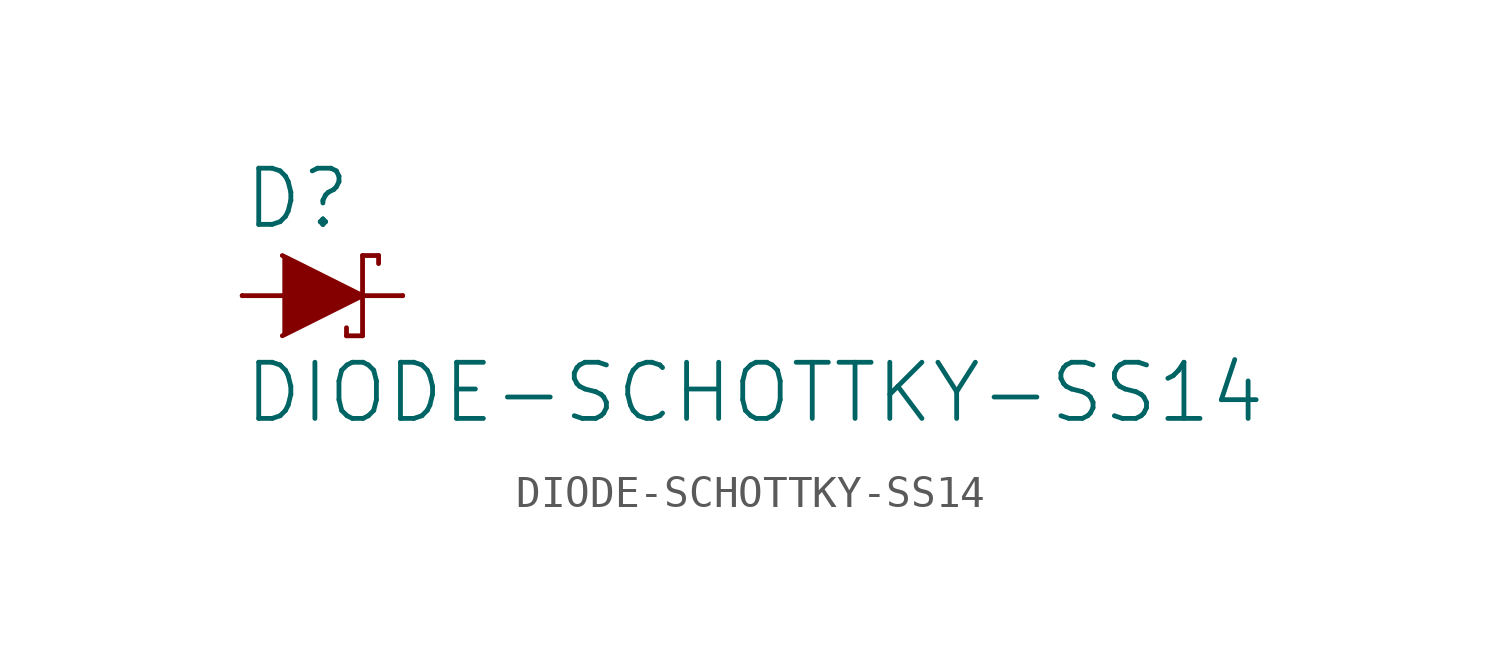
<source format=kicad_sym>
(kicad_symbol_lib
  (version 20220331)
  (generator kicad_symbol_editor)
  (symbol "DIODE-SCHOTTKY-SS14"
    (property "Reference" "D"
      (at -2.54 2.032 0)
      (effects (font (size 1.778 1.778)) (justify left bottom)))
    (property "Value" "DIODE-SCHOTTKY-SS14"
      (at -2.54 -2.032 0)
      (effects (font (size 1.778 1.778)) (justify left top)))
    (property "ki_locked" ""
      (at 0 0 0)
      (effects (font (size 1.27 1.27))))
    (symbol "DIODE-SCHOTTKY-SS14_1_0"
      (polyline (pts (xy -2.54 0) (xy -1.27 0)) (stroke (width 0.152) (type solid)) (fill (type none)))
      (polyline (pts (xy 0.762 -1.27) (xy 0.762 -1.016)) (stroke (width 0.152) (type solid)) (fill (type none)))
      (polyline (pts (xy 1.27 -1.27) (xy 0.762 -1.27)) (stroke (width 0.152) (type solid)) (fill (type none)))
      (polyline (pts (xy 1.27 0) (xy 1.27 -1.27)) (stroke (width 0.152) (type solid)) (fill (type none)))
      (polyline (pts (xy 1.27 1.27) (xy 1.27 0)) (stroke (width 0.152) (type solid)) (fill (type none)))
      (polyline (pts (xy 1.27 1.27) (xy 1.778 1.27)) (stroke (width 0.152) (type solid)) (fill (type none)))
      (polyline (pts (xy 1.778 1.27) (xy 1.778 1.016)) (stroke (width 0.152) (type solid)) (fill (type none)))
      (polyline (pts (xy 2.54 0) (xy 1.27 0)) (stroke (width 0.152) (type solid)) (fill (type none)))
      (polyline (pts (xy -1.27 1.27) (xy 1.27 0) (xy -1.27 -1.27)) (stroke (width 0) (type default)) (fill (type outline)))
      (pin passive line (at -2.54 0 0) (length 0) (name "A" (effects (font (size 0 0)))) (number "A" (effects (font (size 0 0)))))
      (pin passive line (at 2.54 0 180) (length 0) (name "C" (effects (font (size 0 0)))) (number "C" (effects (font (size 0 0))))))))
</source>
